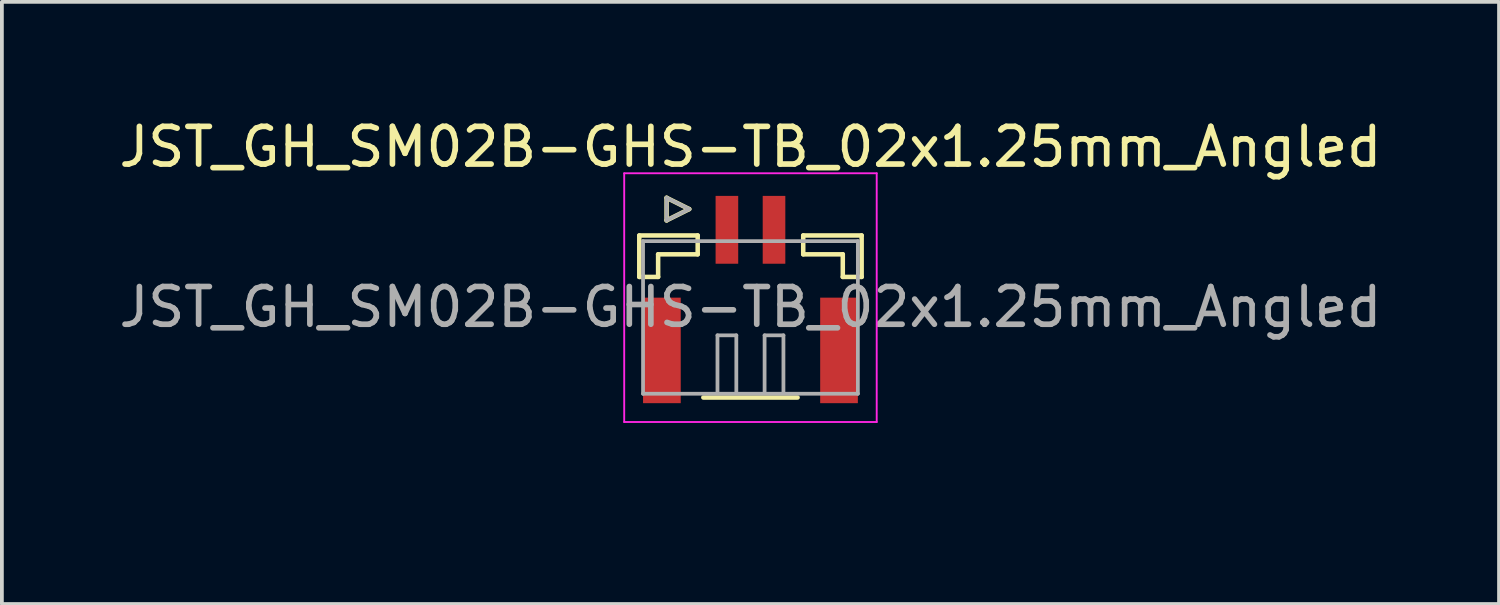
<source format=kicad_pcb>
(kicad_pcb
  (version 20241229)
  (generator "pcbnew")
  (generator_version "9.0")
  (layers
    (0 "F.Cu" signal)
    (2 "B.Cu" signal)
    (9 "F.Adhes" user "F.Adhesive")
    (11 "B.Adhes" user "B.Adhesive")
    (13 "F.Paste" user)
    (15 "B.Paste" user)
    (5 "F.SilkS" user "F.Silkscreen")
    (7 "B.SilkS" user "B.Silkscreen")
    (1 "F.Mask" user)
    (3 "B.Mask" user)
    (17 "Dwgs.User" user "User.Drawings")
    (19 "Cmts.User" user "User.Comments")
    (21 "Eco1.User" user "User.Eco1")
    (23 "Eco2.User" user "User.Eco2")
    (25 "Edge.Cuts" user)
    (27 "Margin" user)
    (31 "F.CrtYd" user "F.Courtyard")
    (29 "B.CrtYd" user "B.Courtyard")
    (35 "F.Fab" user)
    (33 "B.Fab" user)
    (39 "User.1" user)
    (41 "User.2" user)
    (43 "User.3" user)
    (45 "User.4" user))
  (footprint "JST_GH_SM02B-GHS-TB_02x1.25mm_Angled"
    (layer "F.Cu")
    (at 13.053 9.728)
    (property "Reference" "JST_GH_SM02B-GHS-TB_02x1.25mm_Angled" (at 3.81 -8.88 0) (layer "F.SilkS") (effects (font (size 1 1) (thickness 0.15))))
    (attr smd)
    (fp_line (start 0.86 -6.53) (end 2.41 -6.53) (stroke (width 0.12) (type solid)) (layer "F.SilkS"))
    (fp_line (start 0.86 -5.43) (end 0.86 -6.53) (stroke (width 0.12) (type solid)) (layer "F.SilkS"))
    (fp_line (start 1.36 -6.03) (end 1.36 -5.43) (stroke (width 0.12) (type solid)) (layer "F.SilkS"))
    (fp_line (start 1.36 -5.43) (end 0.86 -5.43) (stroke (width 0.12) (type solid)) (layer "F.SilkS"))
    (fp_line (start 1.585 -7.53) (end 1.585 -6.93) (stroke (width 0.12) (type solid)) (layer "F.SilkS"))
    (fp_line (start 1.585 -6.93) (end 2.185 -7.23) (stroke (width 0.12) (type solid)) (layer "F.SilkS"))
    (fp_line (start 2.185 -7.23) (end 1.585 -7.53) (stroke (width 0.12) (type solid)) (layer "F.SilkS"))
    (fp_line (start 2.41 -6.53) (end 2.41 -6.03) (stroke (width 0.12) (type solid)) (layer "F.SilkS"))
    (fp_line (start 2.41 -6.03) (end 1.36 -6.03) (stroke (width 0.12) (type solid)) (layer "F.SilkS"))
    (fp_line (start 2.56 -2.23) (end 5.06 -2.23) (stroke (width 0.12) (type solid)) (layer "F.SilkS"))
    (fp_line (start 5.21 -6.53) (end 5.21 -6.03) (stroke (width 0.12) (type solid)) (layer "F.SilkS"))
    (fp_line (start 5.21 -6.03) (end 6.26 -6.03) (stroke (width 0.12) (type solid)) (layer "F.SilkS"))
    (fp_line (start 6.26 -6.03) (end 6.26 -5.43) (stroke (width 0.12) (type solid)) (layer "F.SilkS"))
    (fp_line (start 6.26 -5.43) (end 6.76 -5.43) (stroke (width 0.12) (type solid)) (layer "F.SilkS"))
    (fp_line (start 6.76 -6.53) (end 5.21 -6.53) (stroke (width 0.12) (type solid)) (layer "F.SilkS"))
    (fp_line (start 6.76 -5.43) (end 6.76 -6.53) (stroke (width 0.12) (type solid)) (layer "F.SilkS"))
    (fp_line (start 0.46 -8.18) (end 0.46 -1.58) (stroke (width 0.05) (type solid)) (layer "F.CrtYd"))
    (fp_line (start 0.46 -1.58) (end 7.16 -1.58) (stroke (width 0.05) (type solid)) (layer "F.CrtYd"))
    (fp_line (start 7.16 -8.18) (end 0.46 -8.18) (stroke (width 0.05) (type solid)) (layer "F.CrtYd"))
    (fp_line (start 7.16 -1.58) (end 7.16 -8.18) (stroke (width 0.05) (type solid)) (layer "F.CrtYd"))
    (fp_line (start 0.96 -6.38) (end 0.96 -2.33) (stroke (width 0.1) (type solid)) (layer "F.Fab"))
    (fp_line (start 0.96 -2.33) (end 6.66 -2.33) (stroke (width 0.1) (type solid)) (layer "F.Fab"))
    (fp_line (start 1.585 -7.53) (end 1.585 -6.93) (stroke (width 0.1) (type solid)) (layer "F.Fab"))
    (fp_line (start 1.585 -6.93) (end 2.185 -7.23) (stroke (width 0.1) (type solid)) (layer "F.Fab"))
    (fp_line (start 2.185 -7.23) (end 1.585 -7.53) (stroke (width 0.1) (type solid)) (layer "F.Fab"))
    (fp_line (start 2.935 -3.88) (end 3.435 -3.88) (stroke (width 0.1) (type solid)) (layer "F.Fab"))
    (fp_line (start 2.935 -2.38) (end 2.935 -3.88) (stroke (width 0.1) (type solid)) (layer "F.Fab"))
    (fp_line (start 3.435 -3.88) (end 3.435 -2.38) (stroke (width 0.1) (type solid)) (layer "F.Fab"))
    (fp_line (start 4.185 -3.88) (end 4.685 -3.88) (stroke (width 0.1) (type solid)) (layer "F.Fab"))
    (fp_line (start 4.185 -2.38) (end 4.185 -3.88) (stroke (width 0.1) (type solid)) (layer "F.Fab"))
    (fp_line (start 4.685 -3.88) (end 4.685 -2.38) (stroke (width 0.1) (type solid)) (layer "F.Fab"))
    (fp_line (start 6.66 -6.38) (end 0.96 -6.38) (stroke (width 0.1) (type solid)) (layer "F.Fab"))
    (fp_line (start 6.66 -2.33) (end 6.66 -6.38) (stroke (width 0.1) (type solid)) (layer "F.Fab"))
    (fp_text user "${REFERENCE}" (at 3.81 -4.63 0) (layer "F.Fab") (effects (font (size 1 1) (thickness 0.15))))
    (pad "" smd rect (at 1.46 -3.48) (size 1 2.8) (layers "F.Cu" "F.Mask" "F.Paste"))
    (pad "" smd rect (at 6.16 -3.48) (size 1 2.8) (layers "F.Cu" "F.Mask" "F.Paste"))
    (pad "1" smd rect (at 3.185 -6.68) (size 0.6 1.8) (layers "F.Cu" "F.Mask" "F.Paste"))
    (pad "2" smd rect (at 4.435 -6.68) (size 0.6 1.8) (layers "F.Cu" "F.Mask" "F.Paste")))
  (gr_rect
    (start -3 -3)
    (end 36.726 12.978)
    (stroke (width 0.1) (type default))
    (fill no)
    (layer "Edge.Cuts")))
</source>
